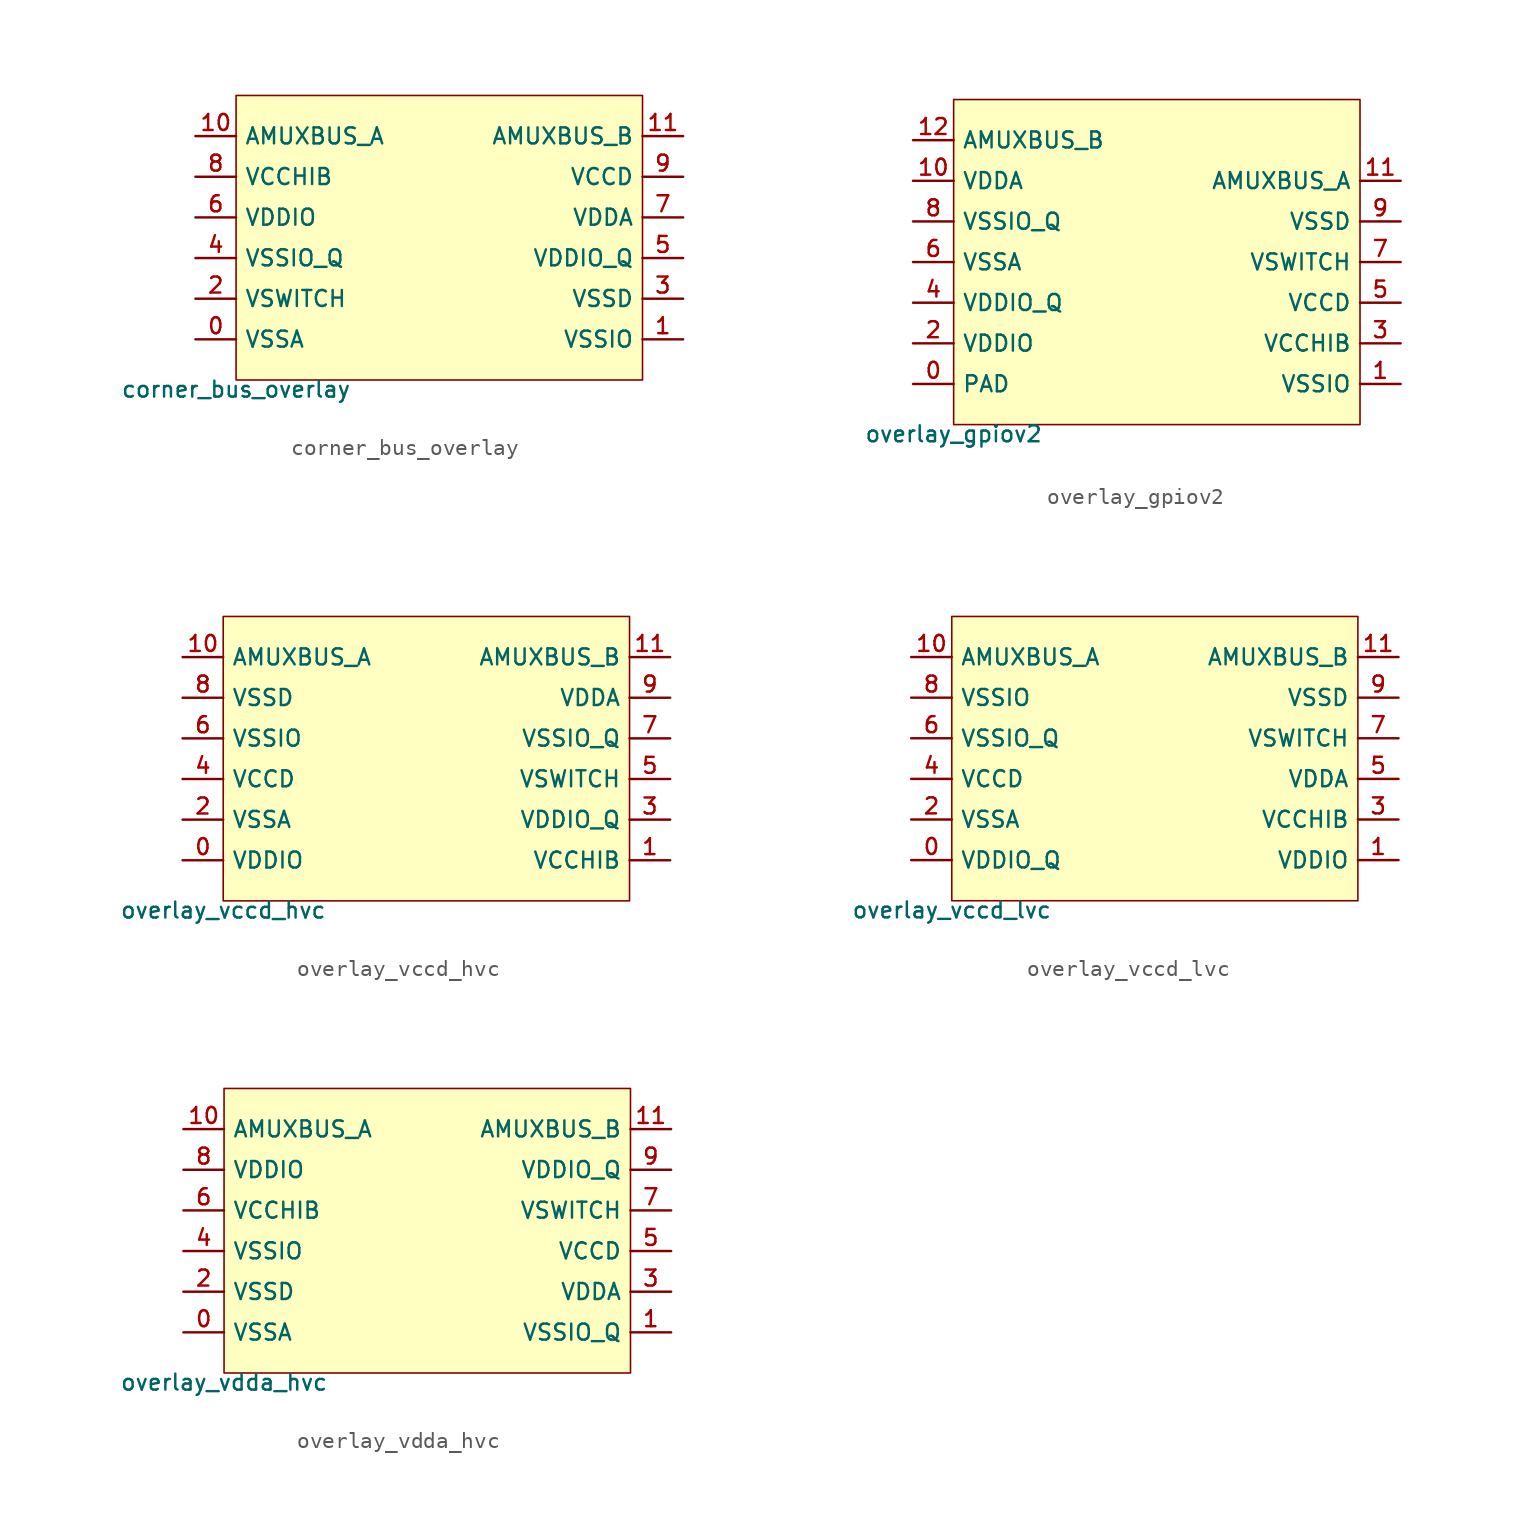
<source format=kicad_sym>
(kicad_symbol_lib
  (version 20211014)
  (generator pdk2kicad)
  (symbol "corner_bus_overlay"
    (property "Reference" "X"
      (at 0 0 0)
      (effects (font (size 1 1)) hide))
    (property "Value" "corner_bus_overlay"
      (at -12.7 -8.89 0)
      (effects (font (size 1 1)) (justify top)))
    (rectangle
      (start -12.7 -8.89)
      (end 12.7 8.89)
      (stroke (width 0.1) (type solid) (color 0 0 0 0))
      (fill (type background)))
    (pin bidirectional line
      (at -15.24 -6.35 0)
      (length 2.54)
      (name "VSSA" (effects (font (size 1 1)) hide))
      (number "0" (effects (font (size 1 1)) hide)))
    (pin bidirectional line
      (at 15.24 -6.35 180)
      (length 2.54)
      (name "VSSIO" (effects (font (size 1 1)) hide))
      (number "1" (effects (font (size 1 1)) hide)))
    (pin bidirectional line
      (at -15.24 -3.81 0)
      (length 2.54)
      (name "VSWITCH" (effects (font (size 1 1)) hide))
      (number "2" (effects (font (size 1 1)) hide)))
    (pin bidirectional line
      (at 15.24 -3.81 180)
      (length 2.54)
      (name "VSSD" (effects (font (size 1 1)) hide))
      (number "3" (effects (font (size 1 1)) hide)))
    (pin bidirectional line
      (at -15.24 -1.27 0)
      (length 2.54)
      (name "VSSIO_Q" (effects (font (size 1 1)) hide))
      (number "4" (effects (font (size 1 1)) hide)))
    (pin bidirectional line
      (at 15.24 -1.27 180)
      (length 2.54)
      (name "VDDIO_Q" (effects (font (size 1 1)) hide))
      (number "5" (effects (font (size 1 1)) hide)))
    (pin bidirectional line
      (at -15.24 1.27 0)
      (length 2.54)
      (name "VDDIO" (effects (font (size 1 1)) hide))
      (number "6" (effects (font (size 1 1)) hide)))
    (pin bidirectional line
      (at 15.24 1.27 180)
      (length 2.54)
      (name "VDDA" (effects (font (size 1 1)) hide))
      (number "7" (effects (font (size 1 1)) hide)))
    (pin bidirectional line
      (at -15.24 3.81 0)
      (length 2.54)
      (name "VCCHIB" (effects (font (size 1 1)) hide))
      (number "8" (effects (font (size 1 1)) hide)))
    (pin bidirectional line
      (at 15.24 3.81 180)
      (length 2.54)
      (name "VCCD" (effects (font (size 1 1)) hide))
      (number "9" (effects (font (size 1 1)) hide)))
    (pin bidirectional line
      (at -15.24 6.35 0)
      (length 2.54)
      (name "AMUXBUS_A" (effects (font (size 1 1)) hide))
      (number "10" (effects (font (size 1 1)) hide)))
    (pin bidirectional line
      (at 15.24 6.35 180)
      (length 2.54)
      (name "AMUXBUS_B" (effects (font (size 1 1)) hide))
      (number "11" (effects (font (size 1 1)) hide))))
  (symbol "overlay_gpiov2"
    (property "Reference" "X"
      (at 0 0 0)
      (effects (font (size 1 1)) hide))
    (property "Value" "overlay_gpiov2"
      (at -12.7 -10.16 0)
      (effects (font (size 1 1)) (justify top)))
    (rectangle
      (start -12.7 -10.16)
      (end 12.7 10.16)
      (stroke (width 0.1) (type solid) (color 0 0 0 0))
      (fill (type background)))
    (pin bidirectional line
      (at -15.24 -7.62 0)
      (length 2.54)
      (name "PAD" (effects (font (size 1 1)) hide))
      (number "0" (effects (font (size 1 1)) hide)))
    (pin bidirectional line
      (at 15.24 -7.62 180)
      (length 2.54)
      (name "VSSIO" (effects (font (size 1 1)) hide))
      (number "1" (effects (font (size 1 1)) hide)))
    (pin bidirectional line
      (at -15.24 -5.08 0)
      (length 2.54)
      (name "VDDIO" (effects (font (size 1 1)) hide))
      (number "2" (effects (font (size 1 1)) hide)))
    (pin bidirectional line
      (at 15.24 -5.08 180)
      (length 2.54)
      (name "VCCHIB" (effects (font (size 1 1)) hide))
      (number "3" (effects (font (size 1 1)) hide)))
    (pin bidirectional line
      (at -15.24 -2.54 0)
      (length 2.54)
      (name "VDDIO_Q" (effects (font (size 1 1)) hide))
      (number "4" (effects (font (size 1 1)) hide)))
    (pin bidirectional line
      (at 15.24 -2.54 180)
      (length 2.54)
      (name "VCCD" (effects (font (size 1 1)) hide))
      (number "5" (effects (font (size 1 1)) hide)))
    (pin bidirectional line
      (at -15.24 0.0 0)
      (length 2.54)
      (name "VSSA" (effects (font (size 1 1)) hide))
      (number "6" (effects (font (size 1 1)) hide)))
    (pin bidirectional line
      (at 15.24 0.0 180)
      (length 2.54)
      (name "VSWITCH" (effects (font (size 1 1)) hide))
      (number "7" (effects (font (size 1 1)) hide)))
    (pin bidirectional line
      (at -15.24 2.54 0)
      (length 2.54)
      (name "VSSIO_Q" (effects (font (size 1 1)) hide))
      (number "8" (effects (font (size 1 1)) hide)))
    (pin bidirectional line
      (at 15.24 2.54 180)
      (length 2.54)
      (name "VSSD" (effects (font (size 1 1)) hide))
      (number "9" (effects (font (size 1 1)) hide)))
    (pin bidirectional line
      (at -15.24 5.08 0)
      (length 2.54)
      (name "VDDA" (effects (font (size 1 1)) hide))
      (number "10" (effects (font (size 1 1)) hide)))
    (pin bidirectional line
      (at 15.24 5.08 180)
      (length 2.54)
      (name "AMUXBUS_A" (effects (font (size 1 1)) hide))
      (number "11" (effects (font (size 1 1)) hide)))
    (pin bidirectional line
      (at -15.24 7.62 0)
      (length 2.54)
      (name "AMUXBUS_B" (effects (font (size 1 1)) hide))
      (number "12" (effects (font (size 1 1)) hide))))
  (symbol "overlay_vccd_hvc"
    (property "Reference" "X"
      (at 0 0 0)
      (effects (font (size 1 1)) hide))
    (property "Value" "overlay_vccd_hvc"
      (at -12.7 -8.89 0)
      (effects (font (size 1 1)) (justify top)))
    (rectangle
      (start -12.7 -8.89)
      (end 12.7 8.89)
      (stroke (width 0.1) (type solid) (color 0 0 0 0))
      (fill (type background)))
    (pin bidirectional line
      (at -15.24 -6.35 0)
      (length 2.54)
      (name "VDDIO" (effects (font (size 1 1)) hide))
      (number "0" (effects (font (size 1 1)) hide)))
    (pin bidirectional line
      (at 15.24 -6.35 180)
      (length 2.54)
      (name "VCCHIB" (effects (font (size 1 1)) hide))
      (number "1" (effects (font (size 1 1)) hide)))
    (pin bidirectional line
      (at -15.24 -3.81 0)
      (length 2.54)
      (name "VSSA" (effects (font (size 1 1)) hide))
      (number "2" (effects (font (size 1 1)) hide)))
    (pin bidirectional line
      (at 15.24 -3.81 180)
      (length 2.54)
      (name "VDDIO_Q" (effects (font (size 1 1)) hide))
      (number "3" (effects (font (size 1 1)) hide)))
    (pin bidirectional line
      (at -15.24 -1.27 0)
      (length 2.54)
      (name "VCCD" (effects (font (size 1 1)) hide))
      (number "4" (effects (font (size 1 1)) hide)))
    (pin bidirectional line
      (at 15.24 -1.27 180)
      (length 2.54)
      (name "VSWITCH" (effects (font (size 1 1)) hide))
      (number "5" (effects (font (size 1 1)) hide)))
    (pin bidirectional line
      (at -15.24 1.27 0)
      (length 2.54)
      (name "VSSIO" (effects (font (size 1 1)) hide))
      (number "6" (effects (font (size 1 1)) hide)))
    (pin bidirectional line
      (at 15.24 1.27 180)
      (length 2.54)
      (name "VSSIO_Q" (effects (font (size 1 1)) hide))
      (number "7" (effects (font (size 1 1)) hide)))
    (pin bidirectional line
      (at -15.24 3.81 0)
      (length 2.54)
      (name "VSSD" (effects (font (size 1 1)) hide))
      (number "8" (effects (font (size 1 1)) hide)))
    (pin bidirectional line
      (at 15.24 3.81 180)
      (length 2.54)
      (name "VDDA" (effects (font (size 1 1)) hide))
      (number "9" (effects (font (size 1 1)) hide)))
    (pin bidirectional line
      (at -15.24 6.35 0)
      (length 2.54)
      (name "AMUXBUS_A" (effects (font (size 1 1)) hide))
      (number "10" (effects (font (size 1 1)) hide)))
    (pin bidirectional line
      (at 15.24 6.35 180)
      (length 2.54)
      (name "AMUXBUS_B" (effects (font (size 1 1)) hide))
      (number "11" (effects (font (size 1 1)) hide))))
  (symbol "overlay_vccd_lvc"
    (property "Reference" "X"
      (at 0 0 0)
      (effects (font (size 1 1)) hide))
    (property "Value" "overlay_vccd_lvc"
      (at -12.7 -8.89 0)
      (effects (font (size 1 1)) (justify top)))
    (rectangle
      (start -12.7 -8.89)
      (end 12.7 8.89)
      (stroke (width 0.1) (type solid) (color 0 0 0 0))
      (fill (type background)))
    (pin bidirectional line
      (at -15.24 -6.35 0)
      (length 2.54)
      (name "VDDIO_Q" (effects (font (size 1 1)) hide))
      (number "0" (effects (font (size 1 1)) hide)))
    (pin bidirectional line
      (at 15.24 -6.35 180)
      (length 2.54)
      (name "VDDIO" (effects (font (size 1 1)) hide))
      (number "1" (effects (font (size 1 1)) hide)))
    (pin bidirectional line
      (at -15.24 -3.81 0)
      (length 2.54)
      (name "VSSA" (effects (font (size 1 1)) hide))
      (number "2" (effects (font (size 1 1)) hide)))
    (pin bidirectional line
      (at 15.24 -3.81 180)
      (length 2.54)
      (name "VCCHIB" (effects (font (size 1 1)) hide))
      (number "3" (effects (font (size 1 1)) hide)))
    (pin bidirectional line
      (at -15.24 -1.27 0)
      (length 2.54)
      (name "VCCD" (effects (font (size 1 1)) hide))
      (number "4" (effects (font (size 1 1)) hide)))
    (pin bidirectional line
      (at 15.24 -1.27 180)
      (length 2.54)
      (name "VDDA" (effects (font (size 1 1)) hide))
      (number "5" (effects (font (size 1 1)) hide)))
    (pin bidirectional line
      (at -15.24 1.27 0)
      (length 2.54)
      (name "VSSIO_Q" (effects (font (size 1 1)) hide))
      (number "6" (effects (font (size 1 1)) hide)))
    (pin bidirectional line
      (at 15.24 1.27 180)
      (length 2.54)
      (name "VSWITCH" (effects (font (size 1 1)) hide))
      (number "7" (effects (font (size 1 1)) hide)))
    (pin bidirectional line
      (at -15.24 3.81 0)
      (length 2.54)
      (name "VSSIO" (effects (font (size 1 1)) hide))
      (number "8" (effects (font (size 1 1)) hide)))
    (pin bidirectional line
      (at 15.24 3.81 180)
      (length 2.54)
      (name "VSSD" (effects (font (size 1 1)) hide))
      (number "9" (effects (font (size 1 1)) hide)))
    (pin bidirectional line
      (at -15.24 6.35 0)
      (length 2.54)
      (name "AMUXBUS_A" (effects (font (size 1 1)) hide))
      (number "10" (effects (font (size 1 1)) hide)))
    (pin bidirectional line
      (at 15.24 6.35 180)
      (length 2.54)
      (name "AMUXBUS_B" (effects (font (size 1 1)) hide))
      (number "11" (effects (font (size 1 1)) hide))))
  (symbol "overlay_vdda_hvc"
    (property "Reference" "X"
      (at 0 0 0)
      (effects (font (size 1 1)) hide))
    (property "Value" "overlay_vdda_hvc"
      (at -12.7 -8.89 0)
      (effects (font (size 1 1)) (justify top)))
    (rectangle
      (start -12.7 -8.89)
      (end 12.7 8.89)
      (stroke (width 0.1) (type solid) (color 0 0 0 0))
      (fill (type background)))
    (pin bidirectional line
      (at -15.24 -6.35 0)
      (length 2.54)
      (name "VSSA" (effects (font (size 1 1)) hide))
      (number "0" (effects (font (size 1 1)) hide)))
    (pin bidirectional line
      (at 15.24 -6.35 180)
      (length 2.54)
      (name "VSSIO_Q" (effects (font (size 1 1)) hide))
      (number "1" (effects (font (size 1 1)) hide)))
    (pin bidirectional line
      (at -15.24 -3.81 0)
      (length 2.54)
      (name "VSSD" (effects (font (size 1 1)) hide))
      (number "2" (effects (font (size 1 1)) hide)))
    (pin bidirectional line
      (at 15.24 -3.81 180)
      (length 2.54)
      (name "VDDA" (effects (font (size 1 1)) hide))
      (number "3" (effects (font (size 1 1)) hide)))
    (pin bidirectional line
      (at -15.24 -1.27 0)
      (length 2.54)
      (name "VSSIO" (effects (font (size 1 1)) hide))
      (number "4" (effects (font (size 1 1)) hide)))
    (pin bidirectional line
      (at 15.24 -1.27 180)
      (length 2.54)
      (name "VCCD" (effects (font (size 1 1)) hide))
      (number "5" (effects (font (size 1 1)) hide)))
    (pin bidirectional line
      (at -15.24 1.27 0)
      (length 2.54)
      (name "VCCHIB" (effects (font (size 1 1)) hide))
      (number "6" (effects (font (size 1 1)) hide)))
    (pin bidirectional line
      (at 15.24 1.27 180)
      (length 2.54)
      (name "VSWITCH" (effects (font (size 1 1)) hide))
      (number "7" (effects (font (size 1 1)) hide)))
    (pin bidirectional line
      (at -15.24 3.81 0)
      (length 2.54)
      (name "VDDIO" (effects (font (size 1 1)) hide))
      (number "8" (effects (font (size 1 1)) hide)))
    (pin bidirectional line
      (at 15.24 3.81 180)
      (length 2.54)
      (name "VDDIO_Q" (effects (font (size 1 1)) hide))
      (number "9" (effects (font (size 1 1)) hide)))
    (pin bidirectional line
      (at -15.24 6.35 0)
      (length 2.54)
      (name "AMUXBUS_A" (effects (font (size 1 1)) hide))
      (number "10" (effects (font (size 1 1)) hide)))
    (pin bidirectional line
      (at 15.24 6.35 180)
      (length 2.54)
      (name "AMUXBUS_B" (effects (font (size 1 1)) hide))
      (number "11" (effects (font (size 1 1)) hide)))))
</source>
